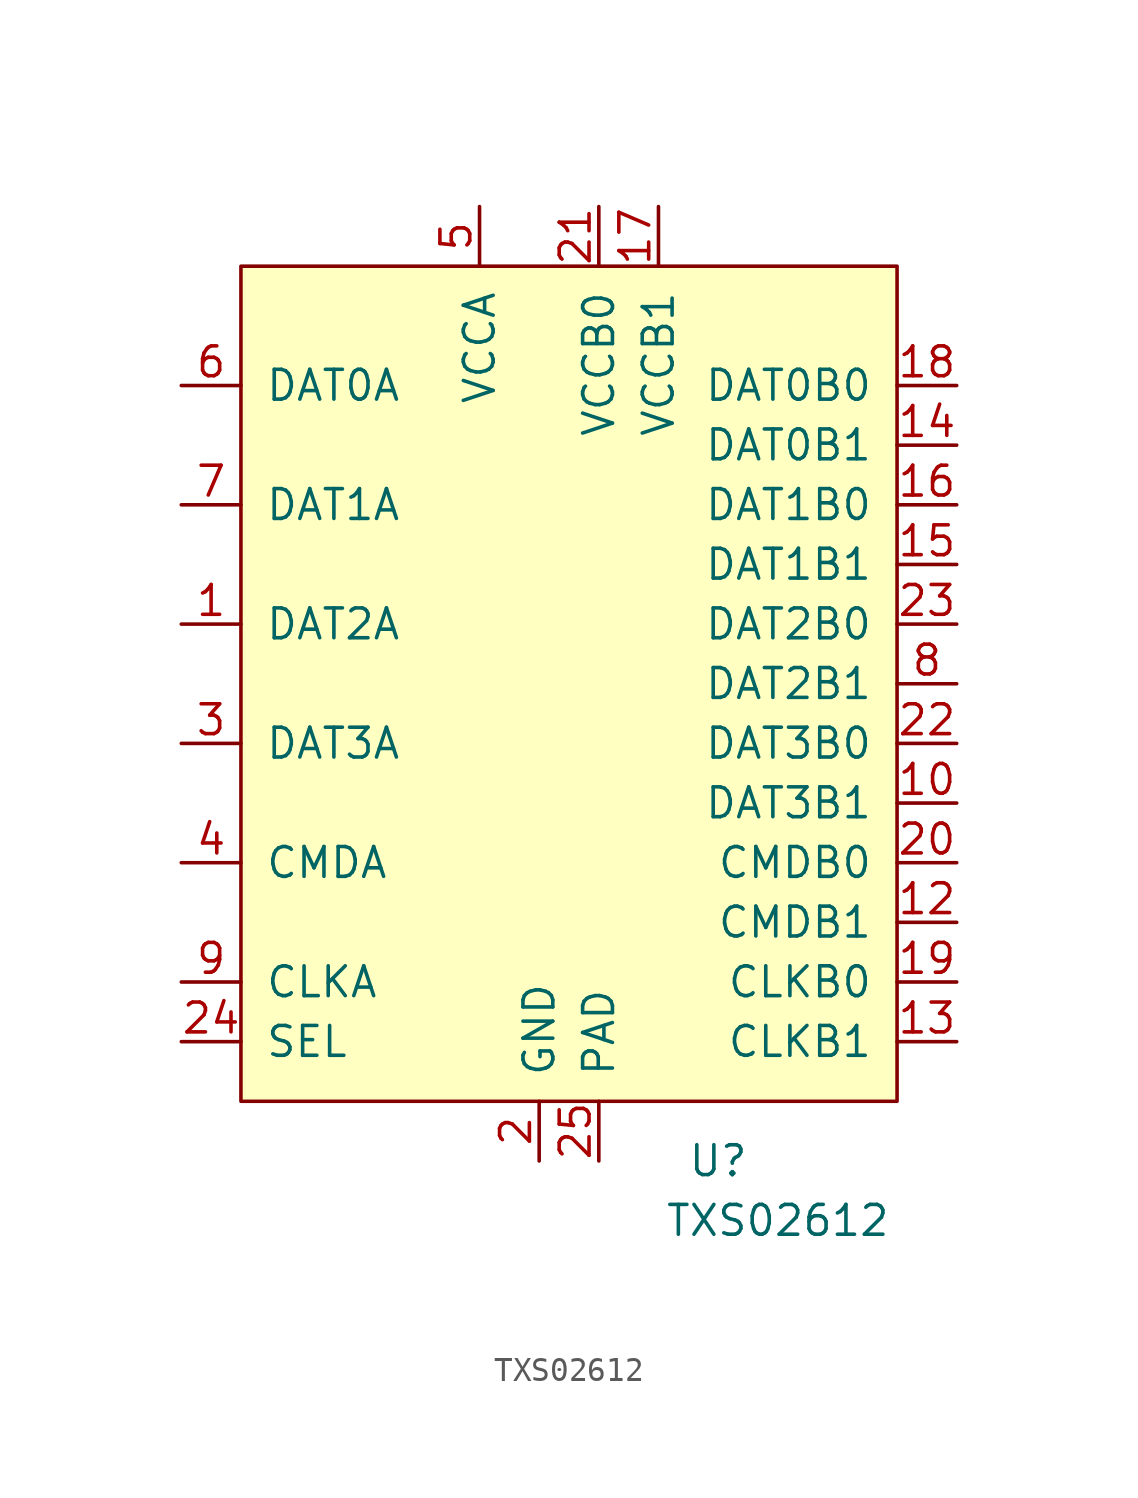
<source format=kicad_sym>
(kicad_symbol_lib
  (version 20201005)
  (generator kicad_symbol_editor)
  (symbol "TXS02612"
    (pin_names
      (offset 1.016))
    (property "Reference" "U"
      (at 7.62 -15.24 0)
      (effects (font (size 1.27 1.27))))
    (property "Value" "TXS02612"
      (at 10.16 -17.78 0)
      (effects (font (size 1.27 1.27))))
    (symbol "TXS02612_0_1"
      (rectangle (start -12.7 22.86) (end 15.24 -12.7) (stroke (width 0)) (fill (type background))))
    (symbol "TXS02612_1_1"
      (pin input line (at -15.24 7.62 0) (length 2.54) (name "DAT2A" (effects (font (size 1.27 1.27)))) (number "1" (effects (font (size 1.27 1.27)))))
      (pin output line (at 17.78 0 180) (length 2.54) (name "DAT3B1" (effects (font (size 1.27 1.27)))) (number "10" (effects (font (size 1.27 1.27)))))
      (pin passive line (at 0 -15.24 90) (length 2.54) hide (name "GND" (effects (font (size 1.27 1.27)))) (number "11" (effects (font (size 1.27 1.27)))))
      (pin output line (at 17.78 -5.08 180) (length 2.54) (name "CMDB1" (effects (font (size 1.27 1.27)))) (number "12" (effects (font (size 1.27 1.27)))))
      (pin output line (at 17.78 -10.16 180) (length 2.54) (name "CLKB1" (effects (font (size 1.27 1.27)))) (number "13" (effects (font (size 1.27 1.27)))))
      (pin output line (at 17.78 15.24 180) (length 2.54) (name "DAT0B1" (effects (font (size 1.27 1.27)))) (number "14" (effects (font (size 1.27 1.27)))))
      (pin output line (at 17.78 10.16 180) (length 2.54) (name "DAT1B1" (effects (font (size 1.27 1.27)))) (number "15" (effects (font (size 1.27 1.27)))))
      (pin output line (at 17.78 12.7 180) (length 2.54) (name "DAT1B0" (effects (font (size 1.27 1.27)))) (number "16" (effects (font (size 1.27 1.27)))))
      (pin power_in line (at 5.08 25.4 270) (length 2.54) (name "VCCB1" (effects (font (size 1.27 1.27)))) (number "17" (effects (font (size 1.27 1.27)))))
      (pin output line (at 17.78 17.78 180) (length 2.54) (name "DAT0B0" (effects (font (size 1.27 1.27)))) (number "18" (effects (font (size 1.27 1.27)))))
      (pin output line (at 17.78 -7.62 180) (length 2.54) (name "CLKB0" (effects (font (size 1.27 1.27)))) (number "19" (effects (font (size 1.27 1.27)))))
      (pin power_in line (at 0 -15.24 90) (length 2.54) (name "GND" (effects (font (size 1.27 1.27)))) (number "2" (effects (font (size 1.27 1.27)))))
      (pin output line (at 17.78 -2.54 180) (length 2.54) (name "CMDB0" (effects (font (size 1.27 1.27)))) (number "20" (effects (font (size 1.27 1.27)))))
      (pin power_in line (at 2.54 25.4 270) (length 2.54) (name "VCCB0" (effects (font (size 1.27 1.27)))) (number "21" (effects (font (size 1.27 1.27)))))
      (pin output line (at 17.78 2.54 180) (length 2.54) (name "DAT3B0" (effects (font (size 1.27 1.27)))) (number "22" (effects (font (size 1.27 1.27)))))
      (pin output line (at 17.78 7.62 180) (length 2.54) (name "DAT2B0" (effects (font (size 1.27 1.27)))) (number "23" (effects (font (size 1.27 1.27)))))
      (pin input line (at -15.24 -10.16 0) (length 2.54) (name "SEL" (effects (font (size 1.27 1.27)))) (number "24" (effects (font (size 1.27 1.27)))))
      (pin passive line (at 2.54 -15.24 90) (length 2.54) (name "PAD" (effects (font (size 1.27 1.27)))) (number "25" (effects (font (size 1.27 1.27)))))
      (pin input line (at -15.24 2.54 0) (length 2.54) (name "DAT3A" (effects (font (size 1.27 1.27)))) (number "3" (effects (font (size 1.27 1.27)))))
      (pin input line (at -15.24 -2.54 0) (length 2.54) (name "CMDA" (effects (font (size 1.27 1.27)))) (number "4" (effects (font (size 1.27 1.27)))))
      (pin power_in line (at -2.54 25.4 270) (length 2.54) (name "VCCA" (effects (font (size 1.27 1.27)))) (number "5" (effects (font (size 1.27 1.27)))))
      (pin input line (at -15.24 17.78 0) (length 2.54) (name "DAT0A" (effects (font (size 1.27 1.27)))) (number "6" (effects (font (size 1.27 1.27)))))
      (pin input line (at -15.24 12.7 0) (length 2.54) (name "DAT1A" (effects (font (size 1.27 1.27)))) (number "7" (effects (font (size 1.27 1.27)))))
      (pin output line (at 17.78 5.08 180) (length 2.54) (name "DAT2B1" (effects (font (size 1.27 1.27)))) (number "8" (effects (font (size 1.27 1.27)))))
      (pin input line (at -15.24 -7.62 0) (length 2.54) (name "CLKA" (effects (font (size 1.27 1.27)))) (number "9" (effects (font (size 1.27 1.27))))))))
</source>
